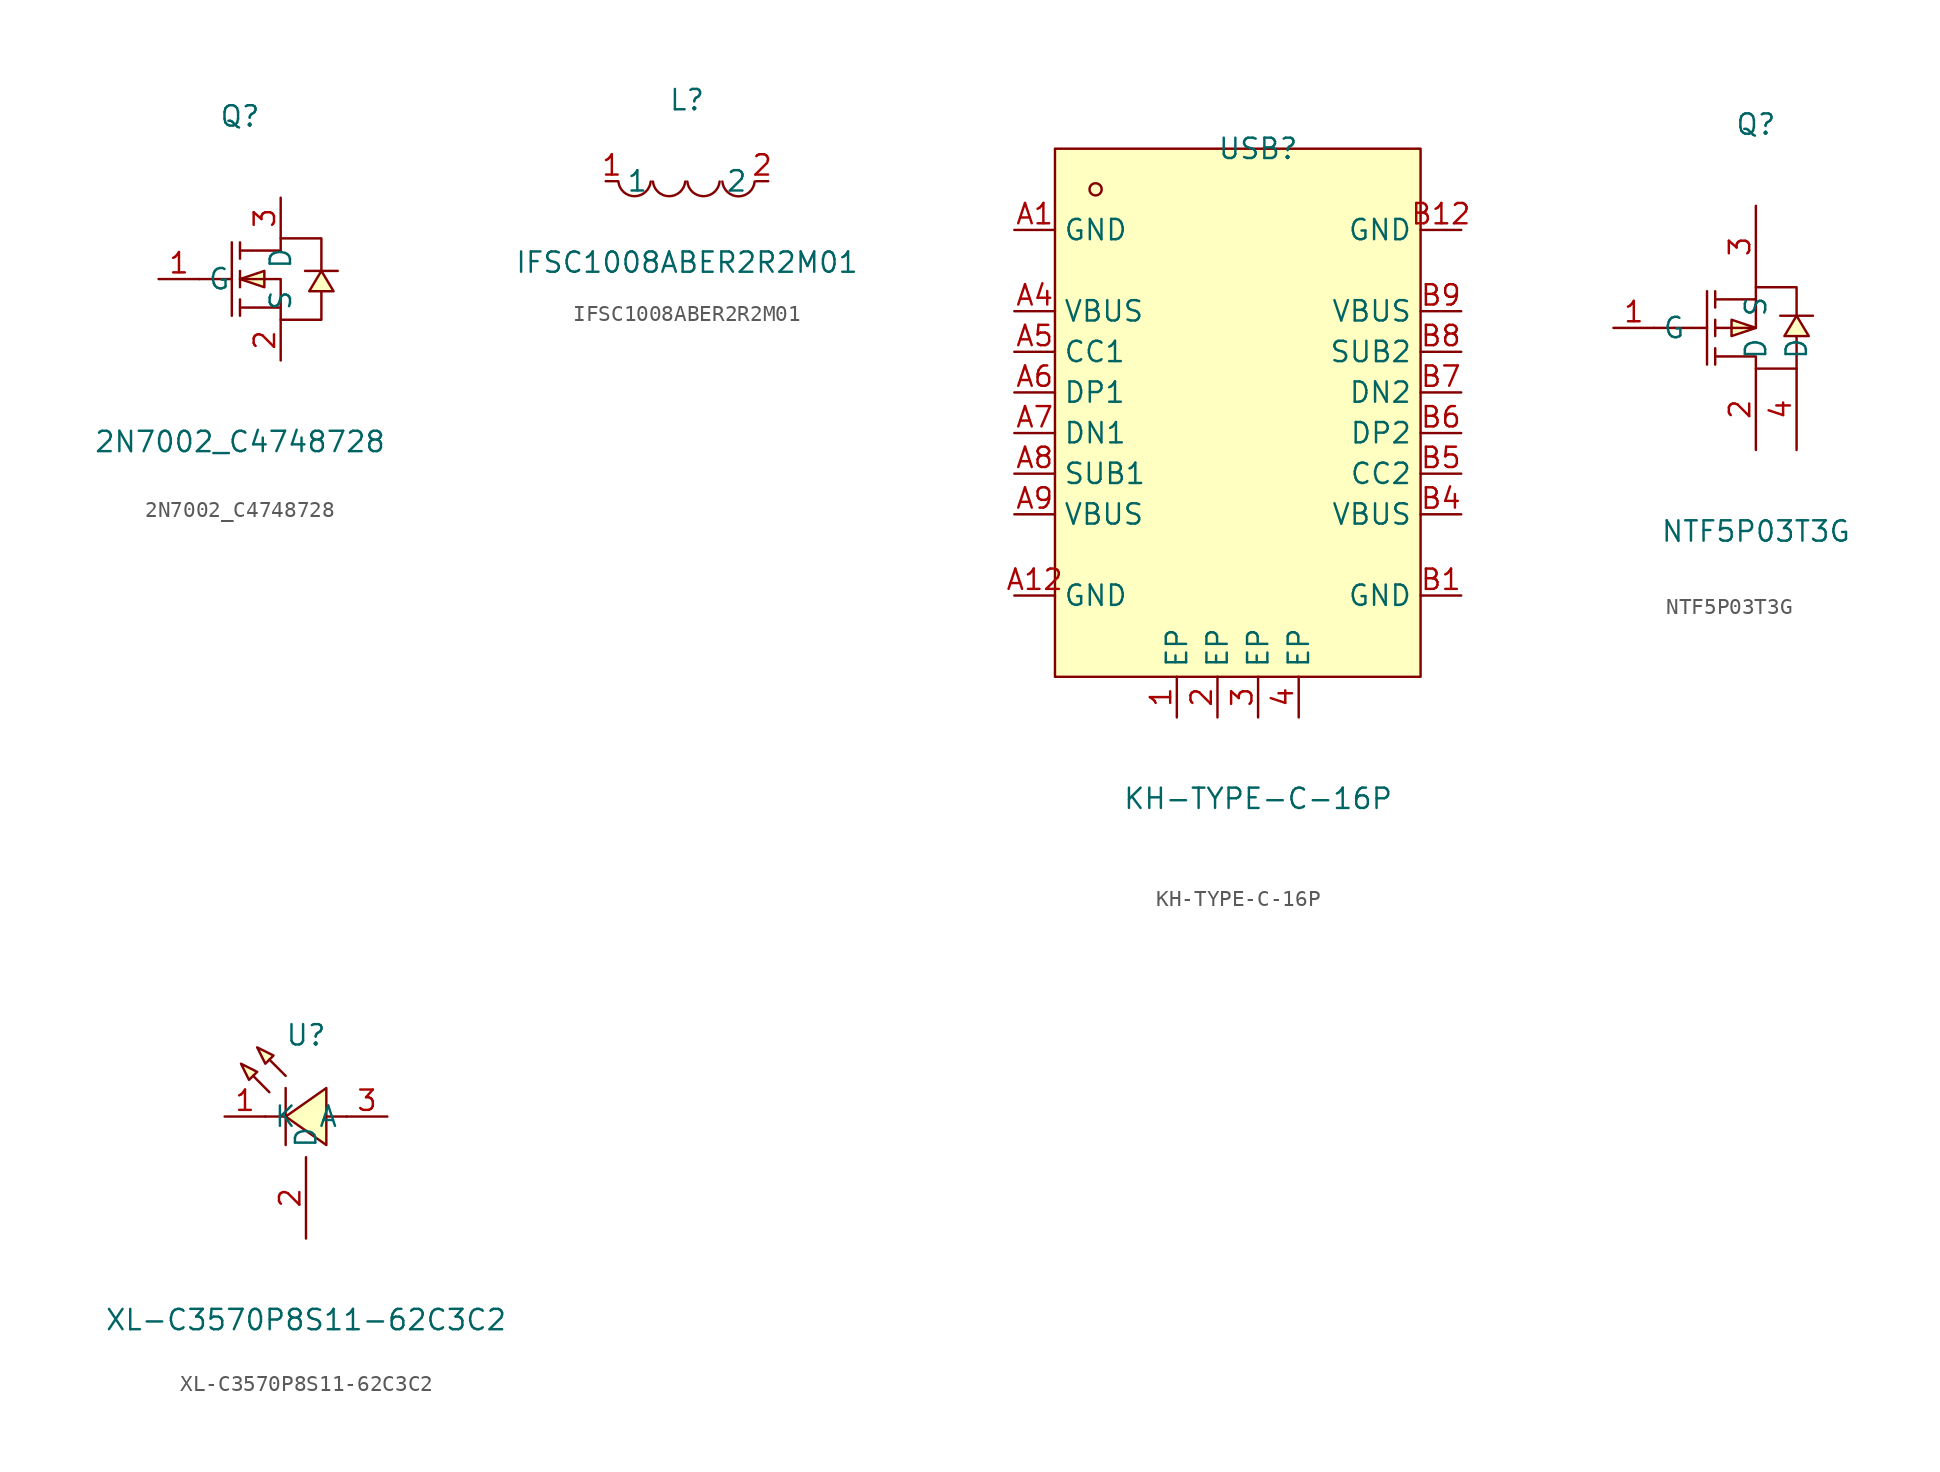
<source format=kicad_sym>
(kicad_symbol_lib
  (version 20211014)
  (generator https://github.com/uPesy/easyeda2kicad.py)
  (symbol "2N7002_C4748728"
    (property "Reference" "Q"
      (at 0 10.16 0)
      (effects (font (size 1.27 1.27))))
    (property "Value" "2N7002_C4748728"
      (at 0 -10.16 0)
      (effects (font (size 1.27 1.27))))
    (symbol "2N7002_C4748728_0_1"
      (polyline (pts (xy 6.10 0.51) (xy 5.59 0.51) (xy 4.57 0.51) (xy 4.06 0.51)) (stroke (width 0) (type default) (color 0 0 0 0)) (fill (type none)))
      (polyline (pts (xy -2.54 -0.00) (xy -0.51 -0.00)) (stroke (width 0) (type default) (color 0 0 0 0)) (fill (type none)))
      (polyline (pts (xy 0.00 -2.29) (xy 0.00 -1.27)) (stroke (width 0) (type default) (color 0 0 0 0)) (fill (type none)))
      (polyline (pts (xy 0.00 -0.51) (xy 0.00 0.51)) (stroke (width 0) (type default) (color 0 0 0 0)) (fill (type none)))
      (polyline (pts (xy 0.00 2.29) (xy 0.00 1.27)) (stroke (width 0) (type default) (color 0 0 0 0)) (fill (type none)))
      (polyline (pts (xy -0.51 2.29) (xy -0.51 -2.29)) (stroke (width 0) (type default) (color 0 0 0 0)) (fill (type none)))
      (polyline (pts (xy 2.54 -1.78) (xy 0.00 -1.78)) (stroke (width 0) (type default) (color 0 0 0 0)) (fill (type none)))
      (polyline (pts (xy 0.00 -0.00) (xy 2.54 -0.00) (xy 2.54 -2.54) (xy 5.08 -2.54) (xy 5.08 -0.76)) (stroke (width 0) (type default) (color 0 0 0 0)) (fill (type none)))
      (polyline (pts (xy 0.00 1.78) (xy 2.54 1.78) (xy 2.54 2.54) (xy 5.08 2.54) (xy 5.08 0.51)) (stroke (width 0) (type default) (color 0 0 0 0)) (fill (type none)))
      (polyline (pts (xy 5.08 0.51) (xy 4.32 -0.76) (xy 5.84 -0.76) (xy 5.08 0.51)) (stroke (width 0) (type default) (color 0 0 0 0)) (fill (type background)))
      (polyline (pts (xy 0.00 -0.00) (xy 1.52 -0.51) (xy 1.52 0.51) (xy 0.00 -0.00)) (stroke (width 0) (type default) (color 0 0 0 0)) (fill (type background)))
      (pin unspecified line (at 2.54 -5.08 90) (length 2.54) (name "S" (effects (font (size 1.27 1.27)))) (number "2" (effects (font (size 1.27 1.27)))))
      (pin unspecified line (at -5.08 -0.00 0) (length 2.54) (name "G" (effects (font (size 1.27 1.27)))) (number "1" (effects (font (size 1.27 1.27)))))
      (pin unspecified line (at 2.54 5.08 270) (length 2.54) (name "D" (effects (font (size 1.27 1.27)))) (number "3" (effects (font (size 1.27 1.27)))))))
  (symbol "IFSC1008ABER2R2M01"
    (property "Reference" "L"
      (at 0 5.08 0)
      (effects (font (size 1.27 1.27))))
    (property "Value" "IFSC1008ABER2R2M01"
      (at 0 -5.08 0)
      (effects (font (size 1.27 1.27))))
    (symbol "IFSC1008ABER2R2M01_0_1"
      (arc (start -4.29 -0.02) (mid -2.52 -0.79) (end -2.27 -0.02) (stroke (width 0) (type default) (color 0 0 0 0)) (fill (type none)))
      (arc (start -2.13 -0.02) (mid -0.36 -0.79) (end -0.11 -0.02) (stroke (width 0) (type default) (color 0 0 0 0)) (fill (type none)))
      (arc (start 0.02 -0.02) (mid 1.79 -0.79) (end 2.04 -0.02) (stroke (width 0) (type default) (color 0 0 0 0)) (fill (type none)))
      (arc (start 2.21 -0.02) (mid 3.30 -1.12) (end 4.23 -0.02) (stroke (width 0) (type default) (color 0 0 0 0)) (fill (type none)))
      (pin unspecified line (at 5.08 -0.00 180) (length 0.762) (name "2" (effects (font (size 1.27 1.27)))) (number "2" (effects (font (size 1.27 1.27)))))
      (pin unspecified line (at -5.08 -0.00 0) (length 0.762) (name "1" (effects (font (size 1.27 1.27)))) (number "1" (effects (font (size 1.27 1.27)))))))
  (symbol "KH-TYPE-C-16P"
    (property "Reference" "USB"
      (at 0 17.78 0)
      (effects (font (size 1.27 1.27))))
    (property "Value" "KH-TYPE-C-16P"
      (at 0 -22.86 0)
      (effects (font (size 1.27 1.27))))
    (symbol "KH-TYPE-C-16P_0_1"
      (rectangle (start -12.70 17.78) (end 10.16 -15.24) (stroke (width 0) (type default) (color 0 0 0 0)) (fill (type background)))
      (circle (center -10.16 15.24) (radius 0.38) (stroke (width 0) (type default) (color 0 0 0 0)) (fill (type none)))
      (pin unspecified line (at -15.24 -10.16 0) (length 2.54) (name "GND" (effects (font (size 1.27 1.27)))) (number "A12" (effects (font (size 1.27 1.27)))))
      (pin unspecified line (at -15.24 -5.08 0) (length 2.54) (name "VBUS" (effects (font (size 1.27 1.27)))) (number "A9" (effects (font (size 1.27 1.27)))))
      (pin unspecified line (at -15.24 -2.54 0) (length 2.54) (name "SUB1" (effects (font (size 1.27 1.27)))) (number "A8" (effects (font (size 1.27 1.27)))))
      (pin unspecified line (at -15.24 -0.00 0) (length 2.54) (name "DN1" (effects (font (size 1.27 1.27)))) (number "A7" (effects (font (size 1.27 1.27)))))
      (pin unspecified line (at -15.24 2.54 0) (length 2.54) (name "DP1" (effects (font (size 1.27 1.27)))) (number "A6" (effects (font (size 1.27 1.27)))))
      (pin unspecified line (at -15.24 5.08 0) (length 2.54) (name "CC1" (effects (font (size 1.27 1.27)))) (number "A5" (effects (font (size 1.27 1.27)))))
      (pin unspecified line (at -15.24 7.62 0) (length 2.54) (name "VBUS" (effects (font (size 1.27 1.27)))) (number "A4" (effects (font (size 1.27 1.27)))))
      (pin unspecified line (at -15.24 12.70 0) (length 2.54) (name "GND" (effects (font (size 1.27 1.27)))) (number "A1" (effects (font (size 1.27 1.27)))))
      (pin unspecified line (at 12.70 12.70 180) (length 2.54) (name "GND" (effects (font (size 1.27 1.27)))) (number "B12" (effects (font (size 1.27 1.27)))))
      (pin unspecified line (at 12.70 7.62 180) (length 2.54) (name "VBUS" (effects (font (size 1.27 1.27)))) (number "B9" (effects (font (size 1.27 1.27)))))
      (pin unspecified line (at 12.70 5.08 180) (length 2.54) (name "SUB2" (effects (font (size 1.27 1.27)))) (number "B8" (effects (font (size 1.27 1.27)))))
      (pin unspecified line (at 12.70 2.54 180) (length 2.54) (name "DN2" (effects (font (size 1.27 1.27)))) (number "B7" (effects (font (size 1.27 1.27)))))
      (pin unspecified line (at 12.70 -0.00 180) (length 2.54) (name "DP2" (effects (font (size 1.27 1.27)))) (number "B6" (effects (font (size 1.27 1.27)))))
      (pin unspecified line (at 12.70 -2.54 180) (length 2.54) (name "CC2" (effects (font (size 1.27 1.27)))) (number "B5" (effects (font (size 1.27 1.27)))))
      (pin unspecified line (at 12.70 -5.08 180) (length 2.54) (name "VBUS" (effects (font (size 1.27 1.27)))) (number "B4" (effects (font (size 1.27 1.27)))))
      (pin unspecified line (at 12.70 -10.16 180) (length 2.54) (name "GND" (effects (font (size 1.27 1.27)))) (number "B1" (effects (font (size 1.27 1.27)))))
      (pin unspecified line (at -5.08 -17.78 90) (length 2.54) (name "EP" (effects (font (size 1.27 1.27)))) (number "1" (effects (font (size 1.27 1.27)))))
      (pin unspecified line (at -2.54 -17.78 90) (length 2.54) (name "EP" (effects (font (size 1.27 1.27)))) (number "2" (effects (font (size 1.27 1.27)))))
      (pin unspecified line (at 0.00 -17.78 90) (length 2.54) (name "EP" (effects (font (size 1.27 1.27)))) (number "3" (effects (font (size 1.27 1.27)))))
      (pin unspecified line (at 2.54 -17.78 90) (length 2.54) (name "EP" (effects (font (size 1.27 1.27)))) (number "4" (effects (font (size 1.27 1.27)))))))
  (symbol "NTF5P03T3G"
    (property "Reference" "Q"
      (at 0 12.70 0)
      (effects (font (size 1.27 1.27))))
    (property "Value" "NTF5P03T3G"
      (at 0 -12.70 0)
      (effects (font (size 1.27 1.27))))
    (symbol "NTF5P03T3G_0_1"
      (polyline (pts (xy -2.54 -1.78) (xy 0.00 -1.78) (xy 0.00 -2.54) (xy 2.54 -2.54) (xy 2.54 -0.51)) (stroke (width 0) (type default) (color 0 0 0 0)) (fill (type none)))
      (polyline (pts (xy -2.54 -0.00) (xy 0.00 -0.00) (xy 0.00 2.54) (xy 2.54 2.54) (xy 2.54 0.76)) (stroke (width 0) (type default) (color 0 0 0 0)) (fill (type none)))
      (polyline (pts (xy 0.00 1.78) (xy -2.54 1.78)) (stroke (width 0) (type default) (color 0 0 0 0)) (fill (type none)))
      (polyline (pts (xy -3.05 -2.29) (xy -3.05 2.29)) (stroke (width 0) (type default) (color 0 0 0 0)) (fill (type none)))
      (polyline (pts (xy -2.54 -2.29) (xy -2.54 -1.27)) (stroke (width 0) (type default) (color 0 0 0 0)) (fill (type none)))
      (polyline (pts (xy -2.54 0.51) (xy -2.54 -0.51)) (stroke (width 0) (type default) (color 0 0 0 0)) (fill (type none)))
      (polyline (pts (xy -2.54 2.29) (xy -2.54 1.27)) (stroke (width 0) (type default) (color 0 0 0 0)) (fill (type none)))
      (polyline (pts (xy -5.08 -0.00) (xy -3.05 -0.00)) (stroke (width 0) (type default) (color 0 0 0 0)) (fill (type none)))
      (polyline (pts (xy 3.56 0.76) (xy 3.05 0.76) (xy 2.03 0.76) (xy 1.52 0.76)) (stroke (width 0) (type default) (color 0 0 0 0)) (fill (type none)))
      (polyline (pts (xy -6.35 -0.00) (xy -5.08 -0.00)) (stroke (width 0) (type default) (color 0 0 0 0)) (fill (type none)))
      (polyline (pts (xy 0.00 -0.00) (xy -1.52 0.51) (xy -1.52 -0.51) (xy 0.00 -0.00)) (stroke (width 0) (type default) (color 0 0 0 0)) (fill (type background)))
      (polyline (pts (xy 2.54 0.76) (xy 1.78 -0.51) (xy 3.30 -0.51) (xy 2.54 0.76)) (stroke (width 0) (type default) (color 0 0 0 0)) (fill (type background)))
      (pin unspecified line (at 0.00 -7.62 90) (length 5.08) (name "D" (effects (font (size 1.27 1.27)))) (number "2" (effects (font (size 1.27 1.27)))))
      (pin unspecified line (at -8.89 -0.00 0) (length 2.54) (name "G" (effects (font (size 1.27 1.27)))) (number "1" (effects (font (size 1.27 1.27)))))
      (pin unspecified line (at 0.00 7.62 270) (length 5.08) (name "S" (effects (font (size 1.27 1.27)))) (number "3" (effects (font (size 1.27 1.27)))))
      (pin unspecified line (at 2.54 -7.62 90) (length 5.08) (name "D" (effects (font (size 1.27 1.27)))) (number "4" (effects (font (size 1.27 1.27)))))))
  (symbol "XL-C3570P8S11-62C3C2"
    (property "Reference" "U"
      (at 0 7.62 0)
      (effects (font (size 1.27 1.27))))
    (property "Value" "XL-C3570P8S11-62C3C2"
      (at 0 -10.16 0)
      (effects (font (size 1.27 1.27))))
    (symbol "XL-C3570P8S11-62C3C2_0_1"
      (polyline (pts (xy 1.27 4.32) (xy -1.27 2.54) (xy 1.27 0.76) (xy 1.27 4.32)) (stroke (width 0) (type default) (color 0 0 0 0)) (fill (type background)))
      (polyline (pts (xy -3.05 6.86) (xy -2.03 6.35) (xy -2.54 5.84) (xy -3.05 6.86)) (stroke (width 0) (type default) (color 0 0 0 0)) (fill (type background)))
      (polyline (pts (xy -4.06 5.84) (xy -3.05 5.33) (xy -3.56 4.83) (xy -4.06 5.84)) (stroke (width 0) (type default) (color 0 0 0 0)) (fill (type background)))
      (polyline (pts (xy -1.27 4.32) (xy -1.27 0.76)) (stroke (width 0) (type default) (color 0 0 0 0)) (fill (type none)))
      (polyline (pts (xy 2.54 2.54) (xy 1.27 2.54)) (stroke (width 0) (type default) (color 0 0 0 0)) (fill (type none)))
      (polyline (pts (xy -1.27 2.54) (xy -2.54 2.54)) (stroke (width 0) (type default) (color 0 0 0 0)) (fill (type none)))
      (polyline (pts (xy -1.27 5.08) (xy -2.29 6.10) (xy -1.27 5.08)) (stroke (width 0) (type default) (color 0 0 0 0)) (fill (type background)))
      (polyline (pts (xy -2.29 4.06) (xy -3.30 5.08) (xy -2.29 4.06)) (stroke (width 0) (type default) (color 0 0 0 0)) (fill (type background)))
      (pin unspecified line (at 0.00 -5.08 90) (length 5.08) (name "D" (effects (font (size 1.27 1.27)))) (number "2" (effects (font (size 1.27 1.27)))))
      (pin unspecified line (at 5.08 2.54 180) (length 2.54) (name "A" (effects (font (size 1.27 1.27)))) (number "3" (effects (font (size 1.27 1.27)))))
      (pin unspecified line (at -5.08 2.54 0) (length 2.54) (name "K" (effects (font (size 1.27 1.27)))) (number "1" (effects (font (size 1.27 1.27))))))))
</source>
